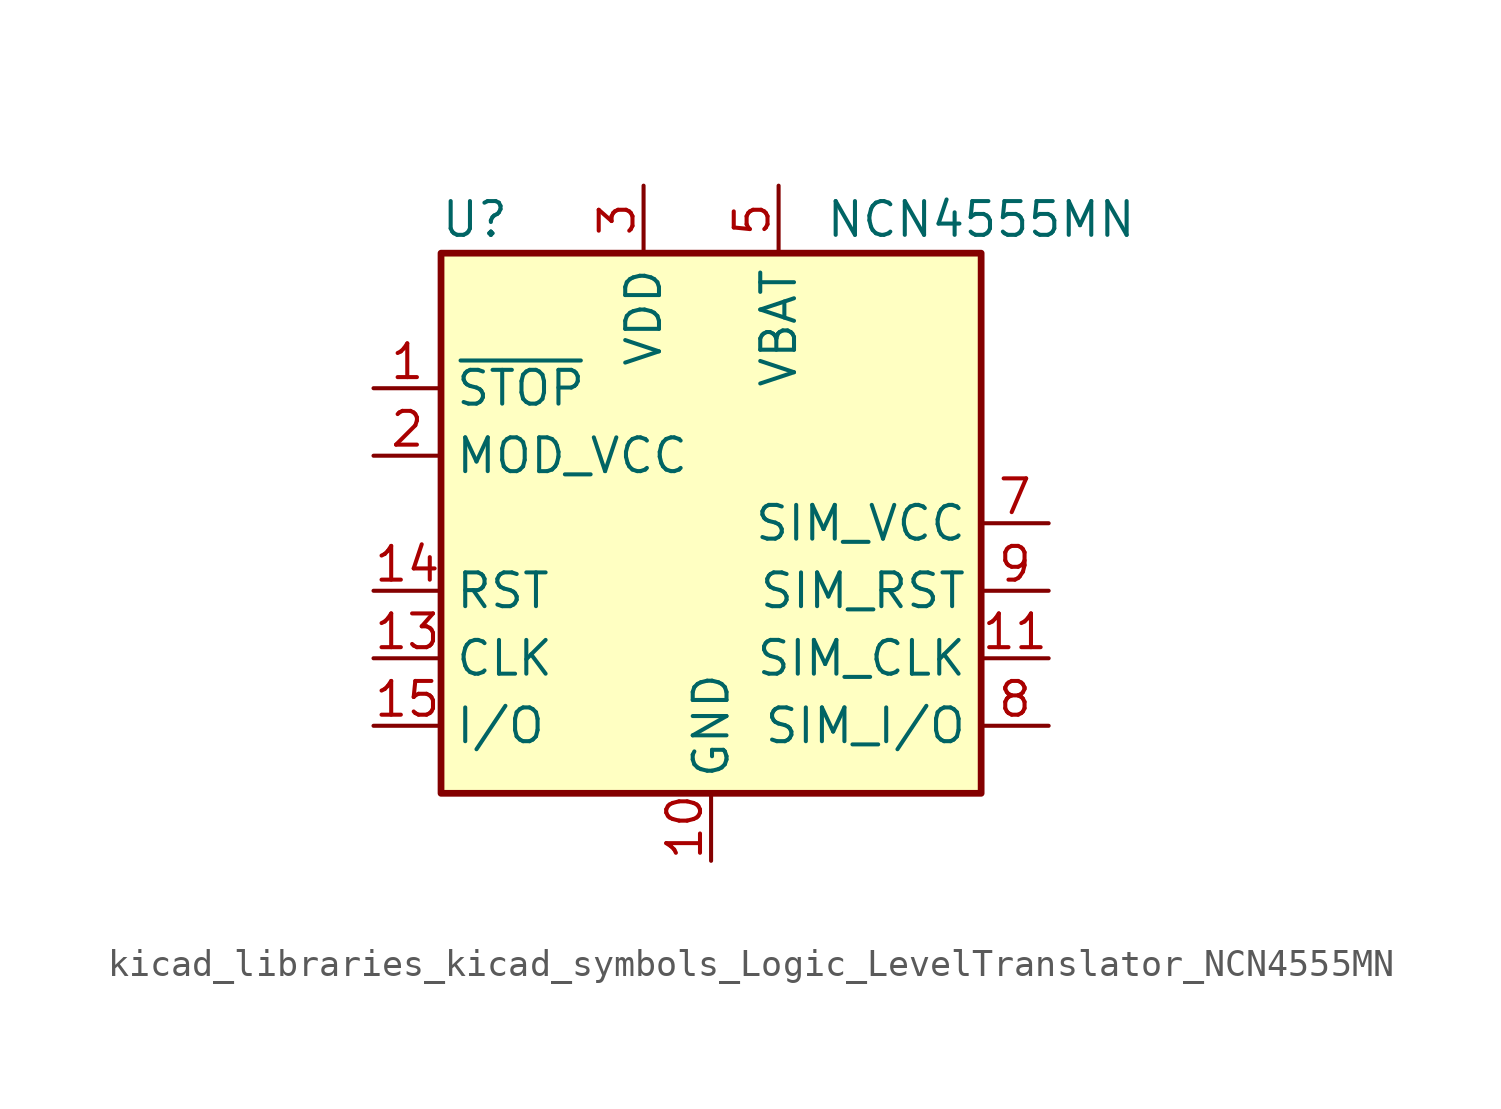
<source format=kicad_sym>
(kicad_symbol_lib
  (version 20220914)
  (generator kicad_symbol_editor)
  (symbol "kicad_libraries_kicad_symbols_Logic_LevelTranslator_NCN4555MN"
    (property "Reference" "U"
      (at -8.89 11.43 0)
      (effects (font (size 1.27 1.27))))
    (property "Value" "NCN4555MN"
      (at 10.16 11.43 0)
      (effects (font (size 1.27 1.27))))
    (symbol "kicad_libraries_kicad_symbols_Logic_LevelTranslator_NCN4555MN_0_1"
      (rectangle (start -10.16 10.16) (end 10.16 -10.16) (stroke (width 0.254) (type default)) (fill (type background))))
    (symbol "kicad_libraries_kicad_symbols_Logic_LevelTranslator_NCN4555MN_1_1"
      (pin input line (at -12.7 5.08 0) (length 2.54) (name "~{STOP}" (effects (font (size 1.27 1.27)))) (number "1" (effects (font (size 1.27 1.27)))))
      (pin power_in line (at 0 -12.7 90) (length 2.54) (name "GND" (effects (font (size 1.27 1.27)))) (number "10" (effects (font (size 1.27 1.27)))))
      (pin output line (at 12.7 -5.08 180) (length 2.54) (name "SIM_CLK" (effects (font (size 1.27 1.27)))) (number "11" (effects (font (size 1.27 1.27)))))
      (pin no_connect line (at 10.16 5.08 180) (length 2.54) hide (name "NC" (effects (font (size 1.27 1.27)))) (number "12" (effects (font (size 1.27 1.27)))))
      (pin input line (at -12.7 -5.08 0) (length 2.54) (name "CLK" (effects (font (size 1.27 1.27)))) (number "13" (effects (font (size 1.27 1.27)))))
      (pin input line (at -12.7 -2.54 0) (length 2.54) (name "RST" (effects (font (size 1.27 1.27)))) (number "14" (effects (font (size 1.27 1.27)))))
      (pin bidirectional line (at -12.7 -7.62 0) (length 2.54) (name "I/O" (effects (font (size 1.27 1.27)))) (number "15" (effects (font (size 1.27 1.27)))))
      (pin no_connect line (at 10.16 2.54 180) (length 2.54) hide (name "NC" (effects (font (size 1.27 1.27)))) (number "16" (effects (font (size 1.27 1.27)))))
      (pin passive line (at 0 -12.7 90) (length 2.54) hide (name "GND" (effects (font (size 1.27 1.27)))) (number "17" (effects (font (size 1.27 1.27)))))
      (pin input line (at -12.7 2.54 0) (length 2.54) (name "MOD_VCC" (effects (font (size 1.27 1.27)))) (number "2" (effects (font (size 1.27 1.27)))))
      (pin power_in line (at -2.54 12.7 270) (length 2.54) (name "VDD" (effects (font (size 1.27 1.27)))) (number "3" (effects (font (size 1.27 1.27)))))
      (pin no_connect line (at -10.16 7.62 0) (length 2.54) hide (name "NC" (effects (font (size 1.27 1.27)))) (number "4" (effects (font (size 1.27 1.27)))))
      (pin power_in line (at 2.54 12.7 270) (length 2.54) (name "VBAT" (effects (font (size 1.27 1.27)))) (number "5" (effects (font (size 1.27 1.27)))))
      (pin no_connect line (at 10.16 7.62 180) (length 2.54) hide (name "NC" (effects (font (size 1.27 1.27)))) (number "6" (effects (font (size 1.27 1.27)))))
      (pin power_out line (at 12.7 0 180) (length 2.54) (name "SIM_VCC" (effects (font (size 1.27 1.27)))) (number "7" (effects (font (size 1.27 1.27)))))
      (pin bidirectional line (at 12.7 -7.62 180) (length 2.54) (name "SIM_I/O" (effects (font (size 1.27 1.27)))) (number "8" (effects (font (size 1.27 1.27)))))
      (pin output line (at 12.7 -2.54 180) (length 2.54) (name "SIM_RST" (effects (font (size 1.27 1.27)))) (number "9" (effects (font (size 1.27 1.27))))))))
</source>
